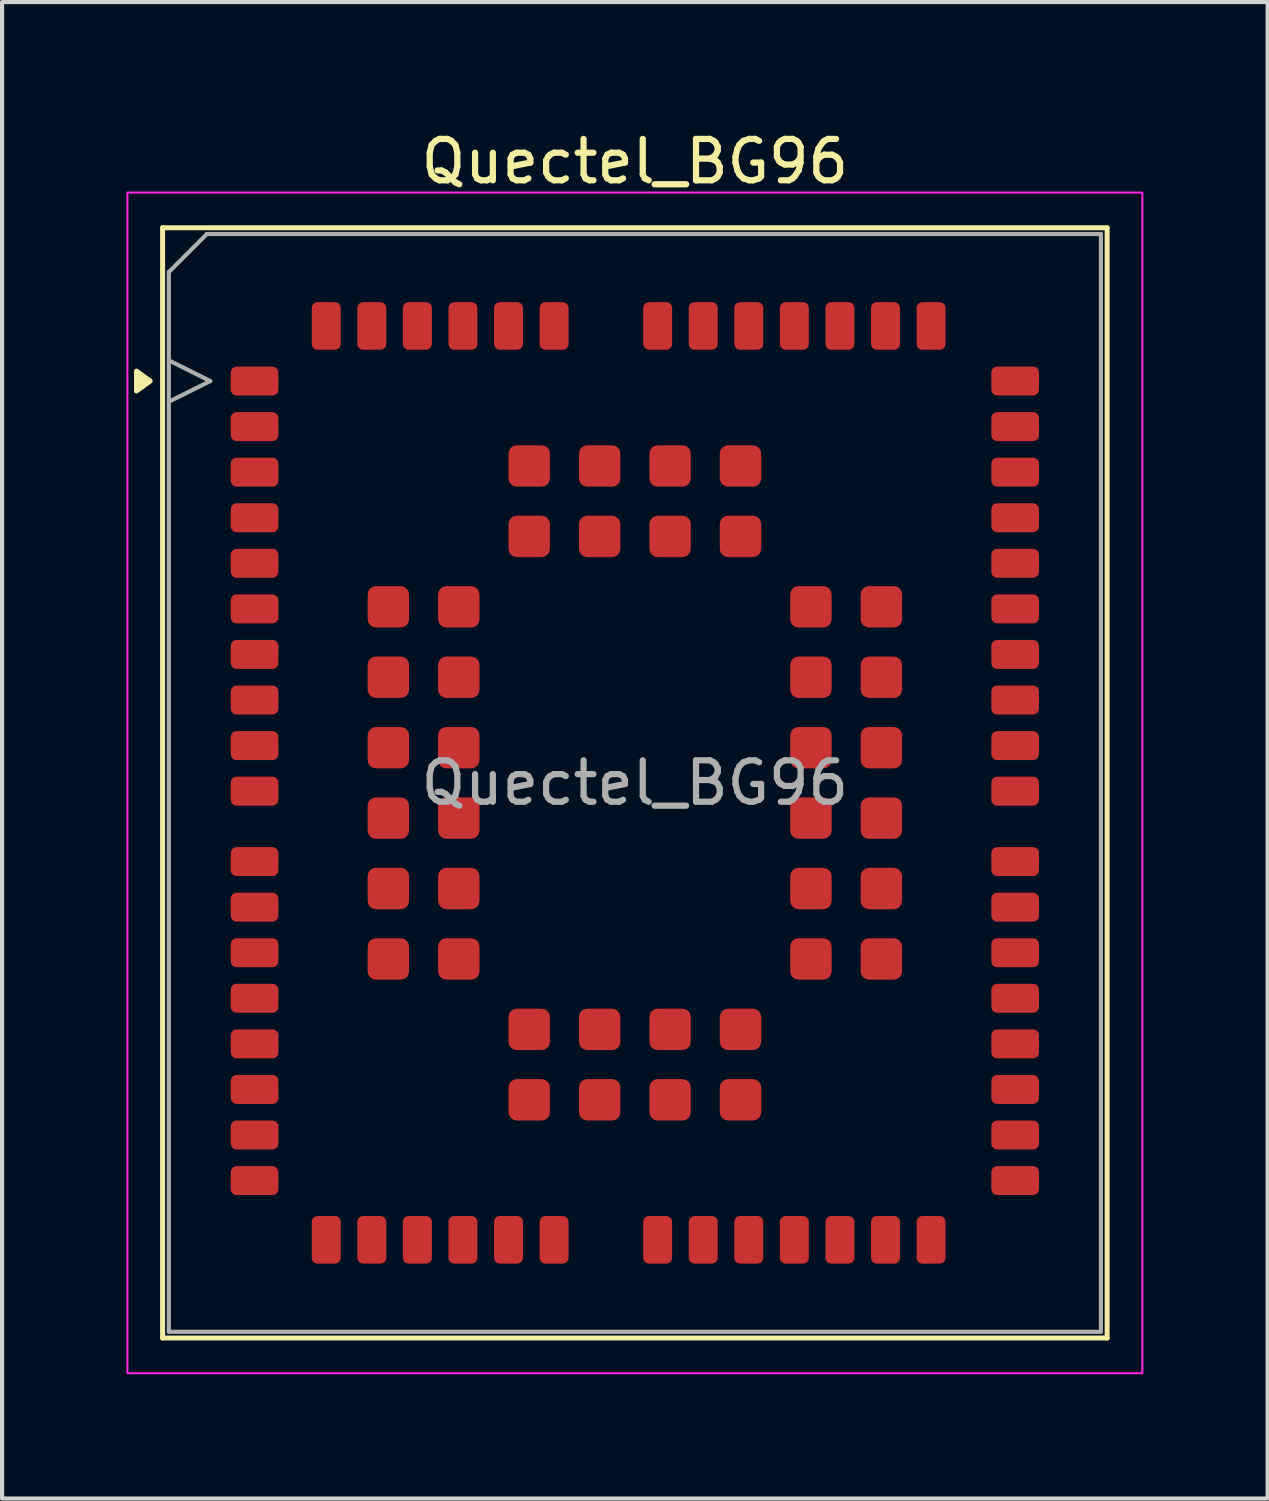
<source format=kicad_pcb>
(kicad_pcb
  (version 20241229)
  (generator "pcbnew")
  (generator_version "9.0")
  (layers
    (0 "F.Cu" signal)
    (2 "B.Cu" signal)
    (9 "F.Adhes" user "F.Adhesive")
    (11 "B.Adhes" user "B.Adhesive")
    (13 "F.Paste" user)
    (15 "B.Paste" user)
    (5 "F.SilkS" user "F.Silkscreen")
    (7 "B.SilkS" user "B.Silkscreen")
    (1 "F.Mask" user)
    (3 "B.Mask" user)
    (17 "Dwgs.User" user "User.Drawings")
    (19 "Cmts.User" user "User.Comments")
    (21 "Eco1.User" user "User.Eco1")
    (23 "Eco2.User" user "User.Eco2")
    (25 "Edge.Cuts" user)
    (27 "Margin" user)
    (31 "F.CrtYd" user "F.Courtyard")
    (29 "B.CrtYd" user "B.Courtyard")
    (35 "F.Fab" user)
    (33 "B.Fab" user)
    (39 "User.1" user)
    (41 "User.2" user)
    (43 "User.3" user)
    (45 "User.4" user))
  (footprint "Quectel_BG96"
    (layer "F.Cu")
    (at 12.275 15.848)
    (property "Reference" "Quectel_BG96" (at 0 -15 0) (layer "F.SilkS") (effects (font (size 1 1) (thickness 0.15))))
    (attr smd)
    (fp_line (start -11.4 -13.4) (end 11.4 -13.4) (stroke (width 0.12) (type solid)) (layer "F.SilkS"))
    (fp_line (start -11.4 13.4) (end -11.4 -13.4) (stroke (width 0.12) (type solid)) (layer "F.SilkS"))
    (fp_line (start 11.4 -13.4) (end 11.4 13.4) (stroke (width 0.12) (type solid)) (layer "F.SilkS"))
    (fp_line (start 11.4 13.4) (end -11.4 13.4) (stroke (width 0.12) (type solid)) (layer "F.SilkS"))
    (fp_poly (pts (xy -11.7 -9.7) (xy -12.03 -9.46) (xy -12.03 -9.94) (xy -11.7 -9.7)) (stroke (width 0.12) (type solid)) (fill yes) (layer "F.SilkS"))
    (fp_rect (start -12.25 -14.25) (end 12.25 14.25) (stroke (width 0.05) (type solid)) (fill no) (layer "F.CrtYd"))
    (fp_line (start -11.25 -12.33) (end -10.33 -13.25) (stroke (width 0.1) (type solid)) (layer "F.Fab"))
    (fp_line (start -11.25 -10.2) (end -10.25 -9.7) (stroke (width 0.1) (type solid)) (layer "F.Fab"))
    (fp_line (start -11.25 13.25) (end -11.25 -12.33) (stroke (width 0.1) (type solid)) (layer "F.Fab"))
    (fp_line (start -10.33 -13.25) (end 11.25 -13.25) (stroke (width 0.1) (type solid)) (layer "F.Fab"))
    (fp_line (start -10.25 -9.7) (end -11.25 -9.2) (stroke (width 0.1) (type solid)) (layer "F.Fab"))
    (fp_line (start 11.25 -13.25) (end 11.25 13.25) (stroke (width 0.1) (type solid)) (layer "F.Fab"))
    (fp_line (start 11.25 13.25) (end -11.25 13.25) (stroke (width 0.1) (type solid)) (layer "F.Fab"))
    (fp_text user "${REFERENCE}" (at 0 0 0) (layer "F.Fab") (effects (font (size 1 1) (thickness 0.15))))
    (pad "" smd roundrect (at -9.18 -9.7) (size 1.1 0.6) (layers "F.Paste") (roundrect_rratio 0.25))
    (pad "" smd roundrect (at -9.18 -8.6) (size 1.1 0.6) (layers "F.Paste") (roundrect_rratio 0.25))
    (pad "" smd roundrect (at -9.18 -7.5) (size 1.1 0.6) (layers "F.Paste") (roundrect_rratio 0.25))
    (pad "" smd roundrect (at -9.18 -6.4) (size 1.1 0.6) (layers "F.Paste") (roundrect_rratio 0.25))
    (pad "" smd roundrect (at -9.18 -5.3) (size 1.1 0.6) (layers "F.Paste") (roundrect_rratio 0.25))
    (pad "" smd roundrect (at -9.18 -4.2) (size 1.1 0.6) (layers "F.Paste") (roundrect_rratio 0.25))
    (pad "" smd roundrect (at -9.18 -3.1) (size 1.1 0.6) (layers "F.Paste") (roundrect_rratio 0.25))
    (pad "" smd roundrect (at -9.18 -2) (size 1.1 0.6) (layers "F.Paste") (roundrect_rratio 0.25))
    (pad "" smd roundrect (at -9.18 -0.9) (size 1.1 0.6) (layers "F.Paste") (roundrect_rratio 0.25))
    (pad "" smd roundrect (at -9.18 0.2) (size 1.1 0.6) (layers "F.Paste") (roundrect_rratio 0.25))
    (pad "" smd roundrect (at -9.18 1.9) (size 1.1 0.6) (layers "F.Paste") (roundrect_rratio 0.25))
    (pad "" smd roundrect (at -9.18 3) (size 1.1 0.6) (layers "F.Paste") (roundrect_rratio 0.25))
    (pad "" smd roundrect (at -9.18 4.1) (size 1.1 0.6) (layers "F.Paste") (roundrect_rratio 0.25))
    (pad "" smd roundrect (at -9.18 5.2) (size 1.1 0.6) (layers "F.Paste") (roundrect_rratio 0.25))
    (pad "" smd roundrect (at -9.18 6.3) (size 1.1 0.6) (layers "F.Paste") (roundrect_rratio 0.25))
    (pad "" smd roundrect (at -9.18 7.4) (size 1.1 0.6) (layers "F.Paste") (roundrect_rratio 0.25))
    (pad "" smd roundrect (at -9.18 8.5) (size 1.1 0.6) (layers "F.Paste") (roundrect_rratio 0.25))
    (pad "" smd roundrect (at -9.18 9.6) (size 1.1 0.6) (layers "F.Paste") (roundrect_rratio 0.25))
    (pad "" smd roundrect (at -7.45 -11.03 270) (size 1.1 0.6) (layers "F.Paste") (roundrect_rratio 0.25))
    (pad "" smd roundrect (at -7.45 11.03 90) (size 1.1 0.6) (layers "F.Paste") (roundrect_rratio 0.25))
    (pad "" smd roundrect (at -6.35 -11.03 270) (size 1.1 0.6) (layers "F.Paste") (roundrect_rratio 0.25))
    (pad "" smd roundrect (at -6.35 11.03 90) (size 1.1 0.6) (layers "F.Paste") (roundrect_rratio 0.25))
    (pad "" smd circle (at -5.95 -4.25 270) (size 0.95 0.95) (layers "F.Paste"))
    (pad "" smd circle (at -5.95 -2.55 270) (size 0.95 0.95) (layers "F.Paste"))
    (pad "" smd circle (at -5.95 -0.85 270) (size 0.95 0.95) (layers "F.Paste"))
    (pad "" smd circle (at -5.95 0.85 270) (size 0.95 0.95) (layers "F.Paste"))
    (pad "" smd circle (at -5.95 2.55 270) (size 0.95 0.95) (layers "F.Paste"))
    (pad "" smd circle (at -5.95 4.25 270) (size 0.95 0.95) (layers "F.Paste"))
    (pad "" smd roundrect (at -5.25 -11.03 270) (size 1.1 0.6) (layers "F.Paste") (roundrect_rratio 0.25))
    (pad "" smd roundrect (at -5.25 11.03 90) (size 1.1 0.6) (layers "F.Paste") (roundrect_rratio 0.25))
    (pad "" smd circle (at -4.25 -4.25 270) (size 0.95 0.95) (layers "F.Paste"))
    (pad "" smd circle (at -4.25 -2.55 270) (size 0.95 0.95) (layers "F.Paste"))
    (pad "" smd circle (at -4.25 -0.85 270) (size 0.95 0.95) (layers "F.Paste"))
    (pad "" smd circle (at -4.25 0.85 270) (size 0.95 0.95) (layers "F.Paste"))
    (pad "" smd circle (at -4.25 2.55 270) (size 0.95 0.95) (layers "F.Paste"))
    (pad "" smd circle (at -4.25 4.25 270) (size 0.95 0.95) (layers "F.Paste"))
    (pad "" smd roundrect (at -4.15 -11.03 270) (size 1.1 0.6) (layers "F.Paste") (roundrect_rratio 0.25))
    (pad "" smd roundrect (at -4.15 11.03 90) (size 1.1 0.6) (layers "F.Paste") (roundrect_rratio 0.25))
    (pad "" smd roundrect (at -3.05 -11.03 270) (size 1.1 0.6) (layers "F.Paste") (roundrect_rratio 0.25))
    (pad "" smd roundrect (at -3.05 11.03 90) (size 1.1 0.6) (layers "F.Paste") (roundrect_rratio 0.25))
    (pad "" smd circle (at -2.55 -7.65 270) (size 0.95 0.95) (layers "F.Paste"))
    (pad "" smd circle (at -2.55 -5.95 270) (size 0.95 0.95) (layers "F.Paste"))
    (pad "" smd circle (at -2.55 5.95 270) (size 0.95 0.95) (layers "F.Paste"))
    (pad "" smd circle (at -2.55 7.65 270) (size 0.95 0.95) (layers "F.Paste"))
    (pad "" smd roundrect (at -1.95 -11.03 270) (size 1.1 0.6) (layers "F.Paste") (roundrect_rratio 0.25))
    (pad "" smd roundrect (at -1.95 11.03 90) (size 1.1 0.6) (layers "F.Paste") (roundrect_rratio 0.25))
    (pad "" smd circle (at -0.85 -7.65 270) (size 0.95 0.95) (layers "F.Paste"))
    (pad "" smd circle (at -0.85 -5.95 270) (size 0.95 0.95) (layers "F.Paste"))
    (pad "" smd circle (at -0.85 5.95 270) (size 0.95 0.95) (layers "F.Paste"))
    (pad "" smd circle (at -0.85 7.65 270) (size 0.95 0.95) (layers "F.Paste"))
    (pad "" smd roundrect (at 0.55 -11.03 270) (size 1.1 0.6) (layers "F.Paste") (roundrect_rratio 0.25))
    (pad "" smd roundrect (at 0.55 11.03 90) (size 1.1 0.6) (layers "F.Paste") (roundrect_rratio 0.25))
    (pad "" smd circle (at 0.85 -7.65 270) (size 0.95 0.95) (layers "F.Paste"))
    (pad "" smd circle (at 0.85 -5.95 270) (size 0.95 0.95) (layers "F.Paste"))
    (pad "" smd circle (at 0.85 5.95 270) (size 0.95 0.95) (layers "F.Paste"))
    (pad "" smd circle (at 0.85 7.65 270) (size 0.95 0.95) (layers "F.Paste"))
    (pad "" smd roundrect (at 1.65 -11.03 270) (size 1.1 0.6) (layers "F.Paste") (roundrect_rratio 0.25))
    (pad "" smd roundrect (at 1.65 11.03 90) (size 1.1 0.6) (layers "F.Paste") (roundrect_rratio 0.25))
    (pad "" smd circle (at 2.55 -7.65 270) (size 0.95 0.95) (layers "F.Paste"))
    (pad "" smd circle (at 2.55 -5.95 270) (size 0.95 0.95) (layers "F.Paste"))
    (pad "" smd circle (at 2.55 5.95 270) (size 0.95 0.95) (layers "F.Paste"))
    (pad "" smd circle (at 2.55 7.65 270) (size 0.95 0.95) (layers "F.Paste"))
    (pad "" smd roundrect (at 2.75 -11.03 270) (size 1.1 0.6) (layers "F.Paste") (roundrect_rratio 0.25))
    (pad "" smd roundrect (at 2.75 11.03 90) (size 1.1 0.6) (layers "F.Paste") (roundrect_rratio 0.25))
    (pad "" smd roundrect (at 3.85 -11.03 270) (size 1.1 0.6) (layers "F.Paste") (roundrect_rratio 0.25))
    (pad "" smd roundrect (at 3.85 11.03 90) (size 1.1 0.6) (layers "F.Paste") (roundrect_rratio 0.25))
    (pad "" smd circle (at 4.25 -4.25 270) (size 0.95 0.95) (layers "F.Paste"))
    (pad "" smd circle (at 4.25 -2.55 270) (size 0.95 0.95) (layers "F.Paste"))
    (pad "" smd circle (at 4.25 -0.85 270) (size 0.95 0.95) (layers "F.Paste"))
    (pad "" smd circle (at 4.25 0.85 270) (size 0.95 0.95) (layers "F.Paste"))
    (pad "" smd circle (at 4.25 2.55 270) (size 0.95 0.95) (layers "F.Paste"))
    (pad "" smd circle (at 4.25 4.25 270) (size 0.95 0.95) (layers "F.Paste"))
    (pad "" smd roundrect (at 4.95 -11.03 270) (size 1.1 0.6) (layers "F.Paste") (roundrect_rratio 0.25))
    (pad "" smd roundrect (at 4.95 11.03 90) (size 1.1 0.6) (layers "F.Paste") (roundrect_rratio 0.25))
    (pad "" smd circle (at 5.95 -4.25 270) (size 0.95 0.95) (layers "F.Paste"))
    (pad "" smd circle (at 5.95 -2.55 270) (size 0.95 0.95) (layers "F.Paste"))
    (pad "" smd circle (at 5.95 -0.85 270) (size 0.95 0.95) (layers "F.Paste"))
    (pad "" smd circle (at 5.95 0.85 270) (size 0.95 0.95) (layers "F.Paste"))
    (pad "" smd circle (at 5.95 2.55 270) (size 0.95 0.95) (layers "F.Paste"))
    (pad "" smd circle (at 5.95 4.25 270) (size 0.95 0.95) (layers "F.Paste"))
    (pad "" smd roundrect (at 6.05 -11.03 270) (size 1.1 0.6) (layers "F.Paste") (roundrect_rratio 0.25))
    (pad "" smd roundrect (at 6.05 11.03 90) (size 1.1 0.6) (layers "F.Paste") (roundrect_rratio 0.25))
    (pad "" smd roundrect (at 7.15 -11.03 270) (size 1.1 0.6) (layers "F.Paste") (roundrect_rratio 0.25))
    (pad "" smd roundrect (at 7.15 11.03 90) (size 1.1 0.6) (layers "F.Paste") (roundrect_rratio 0.25))
    (pad "" smd roundrect (at 9.18 -9.7 180) (size 1.1 0.6) (layers "F.Paste") (roundrect_rratio 0.25))
    (pad "" smd roundrect (at 9.18 -8.6 180) (size 1.1 0.6) (layers "F.Paste") (roundrect_rratio 0.25))
    (pad "" smd roundrect (at 9.18 -7.5 180) (size 1.1 0.6) (layers "F.Paste") (roundrect_rratio 0.25))
    (pad "" smd roundrect (at 9.18 -6.4 180) (size 1.1 0.6) (layers "F.Paste") (roundrect_rratio 0.25))
    (pad "" smd roundrect (at 9.18 -5.3 180) (size 1.1 0.6) (layers "F.Paste") (roundrect_rratio 0.25))
    (pad "" smd roundrect (at 9.18 -4.2 180) (size 1.1 0.6) (layers "F.Paste") (roundrect_rratio 0.25))
    (pad "" smd roundrect (at 9.18 -3.1 180) (size 1.1 0.6) (layers "F.Paste") (roundrect_rratio 0.25))
    (pad "" smd roundrect (at 9.18 -2 180) (size 1.1 0.6) (layers "F.Paste") (roundrect_rratio 0.25))
    (pad "" smd roundrect (at 9.18 -0.9 180) (size 1.1 0.6) (layers "F.Paste") (roundrect_rratio 0.25))
    (pad "" smd roundrect (at 9.18 0.2 180) (size 1.1 0.6) (layers "F.Paste") (roundrect_rratio 0.25))
    (pad "" smd roundrect (at 9.18 1.9 180) (size 1.1 0.6) (layers "F.Paste") (roundrect_rratio 0.25))
    (pad "" smd roundrect (at 9.18 3 180) (size 1.1 0.6) (layers "F.Paste") (roundrect_rratio 0.25))
    (pad "" smd roundrect (at 9.18 4.1 180) (size 1.1 0.6) (layers "F.Paste") (roundrect_rratio 0.25))
    (pad "" smd roundrect (at 9.18 5.2 180) (size 1.1 0.6) (layers "F.Paste") (roundrect_rratio 0.25))
    (pad "" smd roundrect (at 9.18 6.3 180) (size 1.1 0.6) (layers "F.Paste") (roundrect_rratio 0.25))
    (pad "" smd roundrect (at 9.18 7.4 180) (size 1.1 0.6) (layers "F.Paste") (roundrect_rratio 0.25))
    (pad "" smd roundrect (at 9.18 8.5 180) (size 1.1 0.6) (layers "F.Paste") (roundrect_rratio 0.25))
    (pad "" smd roundrect (at 9.2 9.6 180) (size 1.1 0.6) (layers "F.Paste") (roundrect_rratio 0.25))
    (pad "1" smd roundrect (at -9.18 -9.7) (size 1.15 0.7) (layers "F.Cu" "F.Mask") (roundrect_rratio 0.2))
    (pad "2" smd roundrect (at -9.18 -8.6) (size 1.15 0.7) (layers "F.Cu" "F.Mask") (roundrect_rratio 0.2))
    (pad "3" smd roundrect (at -9.18 -7.5) (size 1.15 0.7) (layers "F.Cu" "F.Mask") (roundrect_rratio 0.2))
    (pad "4" smd roundrect (at -9.18 -6.4) (size 1.15 0.7) (layers "F.Cu" "F.Mask") (roundrect_rratio 0.2))
    (pad "5" smd roundrect (at -9.18 -5.3) (size 1.15 0.7) (layers "F.Cu" "F.Mask") (roundrect_rratio 0.2))
    (pad "6" smd roundrect (at -9.18 -4.2) (size 1.15 0.7) (layers "F.Cu" "F.Mask") (roundrect_rratio 0.2))
    (pad "7" smd roundrect (at -9.18 -3.1) (size 1.15 0.7) (layers "F.Cu" "F.Mask") (roundrect_rratio 0.2))
    (pad "8" smd roundrect (at -9.18 -2) (size 1.15 0.7) (layers "F.Cu" "F.Mask") (roundrect_rratio 0.2))
    (pad "9" smd roundrect (at -9.18 -0.9) (size 1.15 0.7) (layers "F.Cu" "F.Mask") (roundrect_rratio 0.2))
    (pad "10" smd roundrect (at -9.18 0.2) (size 1.15 0.7) (layers "F.Cu" "F.Mask") (roundrect_rratio 0.2))
    (pad "11" smd roundrect (at -9.18 1.9) (size 1.15 0.7) (layers "F.Cu" "F.Mask") (roundrect_rratio 0.2))
    (pad "12" smd roundrect (at -9.18 3) (size 1.15 0.7) (layers "F.Cu" "F.Mask") (roundrect_rratio 0.2))
    (pad "13" smd roundrect (at -9.18 4.1) (size 1.15 0.7) (layers "F.Cu" "F.Mask") (roundrect_rratio 0.2))
    (pad "14" smd roundrect (at -9.18 5.2) (size 1.15 0.7) (layers "F.Cu" "F.Mask") (roundrect_rratio 0.2))
    (pad "15" smd roundrect (at -9.18 6.3) (size 1.15 0.7) (layers "F.Cu" "F.Mask") (roundrect_rratio 0.2))
    (pad "16" smd roundrect (at -9.18 7.4) (size 1.15 0.7) (layers "F.Cu" "F.Mask") (roundrect_rratio 0.2))
    (pad "17" smd roundrect (at -9.18 8.5) (size 1.15 0.7) (layers "F.Cu" "F.Mask") (roundrect_rratio 0.2))
    (pad "18" smd roundrect (at -9.18 9.6) (size 1.15 0.7) (layers "F.Cu" "F.Mask") (roundrect_rratio 0.2))
    (pad "19" smd roundrect (at -7.45 11.03) (size 0.7 1.15) (layers "F.Cu" "F.Mask") (roundrect_rratio 0.2))
    (pad "20" smd roundrect (at -6.35 11.03) (size 0.7 1.15) (layers "F.Cu" "F.Mask") (roundrect_rratio 0.2))
    (pad "21" smd roundrect (at -5.25 11.03) (size 0.7 1.15) (layers "F.Cu" "F.Mask") (roundrect_rratio 0.2))
    (pad "22" smd roundrect (at -4.15 11.03) (size 0.7 1.15) (layers "F.Cu" "F.Mask") (roundrect_rratio 0.2))
    (pad "23" smd roundrect (at -3.05 11.03) (size 0.7 1.15) (layers "F.Cu" "F.Mask") (roundrect_rratio 0.2))
    (pad "24" smd roundrect (at -1.95 11.03) (size 0.7 1.15) (layers "F.Cu" "F.Mask") (roundrect_rratio 0.2))
    (pad "25" smd roundrect (at 0.55 11.03) (size 0.7 1.15) (layers "F.Cu" "F.Mask") (roundrect_rratio 0.2))
    (pad "26" smd roundrect (at 1.65 11.03) (size 0.7 1.15) (layers "F.Cu" "F.Mask") (roundrect_rratio 0.2))
    (pad "27" smd roundrect (at 2.75 11.03) (size 0.7 1.15) (layers "F.Cu" "F.Mask") (roundrect_rratio 0.2))
    (pad "28" smd roundrect (at 3.85 11.03) (size 0.7 1.15) (layers "F.Cu" "F.Mask") (roundrect_rratio 0.2))
    (pad "29" smd roundrect (at 4.95 11.03) (size 0.7 1.15) (layers "F.Cu" "F.Mask") (roundrect_rratio 0.2))
    (pad "30" smd roundrect (at 6.05 11.03) (size 0.7 1.15) (layers "F.Cu" "F.Mask") (roundrect_rratio 0.2))
    (pad "31" smd roundrect (at 7.15 11.03) (size 0.7 1.15) (layers "F.Cu" "F.Mask") (roundrect_rratio 0.2))
    (pad "32" smd roundrect (at 9.18 9.6) (size 1.15 0.7) (layers "F.Cu" "F.Mask") (roundrect_rratio 0.2))
    (pad "33" smd roundrect (at 9.18 8.5) (size 1.15 0.7) (layers "F.Cu" "F.Mask") (roundrect_rratio 0.2))
    (pad "34" smd roundrect (at 9.18 7.4) (size 1.15 0.7) (layers "F.Cu" "F.Mask") (roundrect_rratio 0.2))
    (pad "35" smd roundrect (at 9.18 6.3) (size 1.15 0.7) (layers "F.Cu" "F.Mask") (roundrect_rratio 0.2))
    (pad "36" smd roundrect (at 9.18 5.2) (size 1.15 0.7) (layers "F.Cu" "F.Mask") (roundrect_rratio 0.2))
    (pad "37" smd roundrect (at 9.18 4.1) (size 1.15 0.7) (layers "F.Cu" "F.Mask") (roundrect_rratio 0.2))
    (pad "38" smd roundrect (at 9.18 3) (size 1.15 0.7) (layers "F.Cu" "F.Mask") (roundrect_rratio 0.2))
    (pad "39" smd roundrect (at 9.18 1.9) (size 1.15 0.7) (layers "F.Cu" "F.Mask") (roundrect_rratio 0.2))
    (pad "40" smd roundrect (at 9.18 0.2) (size 1.15 0.7) (layers "F.Cu" "F.Mask") (roundrect_rratio 0.2))
    (pad "41" smd roundrect (at 9.18 -0.9) (size 1.15 0.7) (layers "F.Cu" "F.Mask") (roundrect_rratio 0.2))
    (pad "42" smd roundrect (at 9.18 -2) (size 1.15 0.7) (layers "F.Cu" "F.Mask") (roundrect_rratio 0.2))
    (pad "43" smd roundrect (at 9.18 -3.1) (size 1.15 0.7) (layers "F.Cu" "F.Mask") (roundrect_rratio 0.2))
    (pad "44" smd roundrect (at 9.18 -4.2) (size 1.15 0.7) (layers "F.Cu" "F.Mask") (roundrect_rratio 0.2))
    (pad "45" smd roundrect (at 9.18 -5.3) (size 1.15 0.7) (layers "F.Cu" "F.Mask") (roundrect_rratio 0.2))
    (pad "46" smd roundrect (at 9.18 -6.4) (size 1.15 0.7) (layers "F.Cu" "F.Mask") (roundrect_rratio 0.2))
    (pad "47" smd roundrect (at 9.18 -7.5) (size 1.15 0.7) (layers "F.Cu" "F.Mask") (roundrect_rratio 0.2))
    (pad "48" smd roundrect (at 9.18 -8.6) (size 1.15 0.7) (layers "F.Cu" "F.Mask") (roundrect_rratio 0.2))
    (pad "49" smd roundrect (at 9.18 -9.7) (size 1.15 0.7) (layers "F.Cu" "F.Mask") (roundrect_rratio 0.2))
    (pad "50" smd roundrect (at 7.15 -11.03) (size 0.7 1.15) (layers "F.Cu" "F.Mask") (roundrect_rratio 0.2))
    (pad "51" smd roundrect (at 6.05 -11.03) (size 0.7 1.15) (layers "F.Cu" "F.Mask") (roundrect_rratio 0.2))
    (pad "52" smd roundrect (at 4.95 -11.03) (size 0.7 1.15) (layers "F.Cu" "F.Mask") (roundrect_rratio 0.2))
    (pad "53" smd roundrect (at 3.85 -11.03) (size 0.7 1.15) (layers "F.Cu" "F.Mask") (roundrect_rratio 0.2))
    (pad "54" smd roundrect (at 2.75 -11.03) (size 0.7 1.15) (layers "F.Cu" "F.Mask") (roundrect_rratio 0.2))
    (pad "55" smd roundrect (at 1.65 -11.03) (size 0.7 1.15) (layers "F.Cu" "F.Mask") (roundrect_rratio 0.2))
    (pad "56" smd roundrect (at 0.55 -11.03) (size 0.7 1.15) (layers "F.Cu" "F.Mask") (roundrect_rratio 0.2))
    (pad "57" smd roundrect (at -1.95 -11.03) (size 0.7 1.15) (layers "F.Cu" "F.Mask") (roundrect_rratio 0.2))
    (pad "58" smd roundrect (at -3.05 -11.03) (size 0.7 1.15) (layers "F.Cu" "F.Mask") (roundrect_rratio 0.2))
    (pad "59" smd roundrect (at -4.15 -11.03) (size 0.7 1.15) (layers "F.Cu" "F.Mask") (roundrect_rratio 0.2))
    (pad "60" smd roundrect (at -5.25 -11.03) (size 0.7 1.15) (layers "F.Cu" "F.Mask") (roundrect_rratio 0.2))
    (pad "61" smd roundrect (at -6.35 -11.03) (size 0.7 1.15) (layers "F.Cu" "F.Mask") (roundrect_rratio 0.2))
    (pad "62" smd roundrect (at -7.45 -11.03) (size 0.7 1.15) (layers "F.Cu" "F.Mask") (roundrect_rratio 0.2))
    (pad "63" smd roundrect (at -5.95 -4.25) (size 1 1) (layers "F.Cu" "F.Mask") (roundrect_rratio 0.2))
    (pad "64" smd roundrect (at -5.95 -2.55) (size 1 1) (layers "F.Cu" "F.Mask") (roundrect_rratio 0.2))
    (pad "65" smd roundrect (at -5.95 -0.85) (size 1 1) (layers "F.Cu" "F.Mask") (roundrect_rratio 0.2))
    (pad "66" smd roundrect (at -5.95 0.85) (size 1 1) (layers "F.Cu" "F.Mask") (roundrect_rratio 0.2))
    (pad "67" smd roundrect (at -5.95 2.55) (size 1 1) (layers "F.Cu" "F.Mask") (roundrect_rratio 0.2))
    (pad "68" smd roundrect (at -5.95 4.25) (size 1 1) (layers "F.Cu" "F.Mask") (roundrect_rratio 0.2))
    (pad "69" smd roundrect (at -2.55 7.65 90) (size 1 1) (layers "F.Cu" "F.Mask") (roundrect_rratio 0.2))
    (pad "70" smd roundrect (at -0.85 7.65 90) (size 1 1) (layers "F.Cu" "F.Mask") (roundrect_rratio 0.2))
    (pad "71" smd roundrect (at 0.85 7.65 90) (size 1 1) (layers "F.Cu" "F.Mask") (roundrect_rratio 0.2))
    (pad "72" smd roundrect (at 2.55 7.65 90) (size 1 1) (layers "F.Cu" "F.Mask") (roundrect_rratio 0.2))
    (pad "73" smd roundrect (at 5.95 4.25) (size 1 1) (layers "F.Cu" "F.Mask") (roundrect_rratio 0.2))
    (pad "74" smd roundrect (at 5.95 2.55) (size 1 1) (layers "F.Cu" "F.Mask") (roundrect_rratio 0.2))
    (pad "75" smd roundrect (at 5.95 0.85) (size 1 1) (layers "F.Cu" "F.Mask") (roundrect_rratio 0.2))
    (pad "76" smd roundrect (at 5.95 -0.85) (size 1 1) (layers "F.Cu" "F.Mask") (roundrect_rratio 0.2))
    (pad "77" smd roundrect (at 5.95 -2.55) (size 1 1) (layers "F.Cu" "F.Mask") (roundrect_rratio 0.2))
    (pad "78" smd roundrect (at 5.95 -4.25) (size 1 1) (layers "F.Cu" "F.Mask") (roundrect_rratio 0.2))
    (pad "79" smd roundrect (at 2.55 -7.65 90) (size 1 1) (layers "F.Cu" "F.Mask") (roundrect_rratio 0.2))
    (pad "80" smd roundrect (at 0.85 -7.65 90) (size 1 1) (layers "F.Cu" "F.Mask") (roundrect_rratio 0.2))
    (pad "81" smd roundrect (at -0.85 -7.65 90) (size 1 1) (layers "F.Cu" "F.Mask") (roundrect_rratio 0.2))
    (pad "82" smd roundrect (at -2.55 -7.65 90) (size 1 1) (layers "F.Cu" "F.Mask") (roundrect_rratio 0.2))
    (pad "83" smd roundrect (at -4.25 -4.25) (size 1 1) (layers "F.Cu" "F.Mask") (roundrect_rratio 0.2))
    (pad "84" smd roundrect (at -4.25 -2.55) (size 1 1) (layers "F.Cu" "F.Mask") (roundrect_rratio 0.2))
    (pad "85" smd roundrect (at -4.25 -0.85) (size 1 1) (layers "F.Cu" "F.Mask") (roundrect_rratio 0.2))
    (pad "86" smd roundrect (at -4.25 0.85) (size 1 1) (layers "F.Cu" "F.Mask") (roundrect_rratio 0.2))
    (pad "87" smd roundrect (at -4.25 2.55) (size 1 1) (layers "F.Cu" "F.Mask") (roundrect_rratio 0.2))
    (pad "88" smd roundrect (at -4.25 4.25) (size 1 1) (layers "F.Cu" "F.Mask") (roundrect_rratio 0.2))
    (pad "89" smd roundrect (at -2.55 5.95 90) (size 1 1) (layers "F.Cu" "F.Mask") (roundrect_rratio 0.2))
    (pad "90" smd roundrect (at -0.85 5.95 90) (size 1 1) (layers "F.Cu" "F.Mask") (roundrect_rratio 0.2))
    (pad "91" smd roundrect (at 0.85 5.95 90) (size 1 1) (layers "F.Cu" "F.Mask") (roundrect_rratio 0.2))
    (pad "92" smd roundrect (at 2.55 5.95 90) (size 1 1) (layers "F.Cu" "F.Mask") (roundrect_rratio 0.2))
    (pad "93" smd roundrect (at 4.25 4.25) (size 1 1) (layers "F.Cu" "F.Mask") (roundrect_rratio 0.2))
    (pad "94" smd roundrect (at 4.25 2.55) (size 1 1) (layers "F.Cu" "F.Mask") (roundrect_rratio 0.2))
    (pad "95" smd roundrect (at 4.25 0.85) (size 1 1) (layers "F.Cu" "F.Mask") (roundrect_rratio 0.2))
    (pad "96" smd roundrect (at 4.25 -0.85) (size 1 1) (layers "F.Cu" "F.Mask") (roundrect_rratio 0.2))
    (pad "97" smd roundrect (at 4.25 -2.55) (size 1 1) (layers "F.Cu" "F.Mask") (roundrect_rratio 0.2))
    (pad "98" smd roundrect (at 4.25 -4.25) (size 1 1) (layers "F.Cu" "F.Mask") (roundrect_rratio 0.2))
    (pad "99" smd roundrect (at 2.55 -5.95 90) (size 1 1) (layers "F.Cu" "F.Mask") (roundrect_rratio 0.2))
    (pad "100" smd roundrect (at 0.85 -5.95 90) (size 1 1) (layers "F.Cu" "F.Mask") (roundrect_rratio 0.2))
    (pad "101" smd roundrect (at -0.85 -5.95 90) (size 1 1) (layers "F.Cu" "F.Mask") (roundrect_rratio 0.2))
    (pad "102" smd roundrect (at -2.55 -5.95 90) (size 1 1) (layers "F.Cu" "F.Mask") (roundrect_rratio 0.2)))
  (gr_rect
    (start -3 -3)
    (end 27.55 33.123)
    (stroke (width 0.1) (type default))
    (fill no)
    (layer "Edge.Cuts")))
</source>
